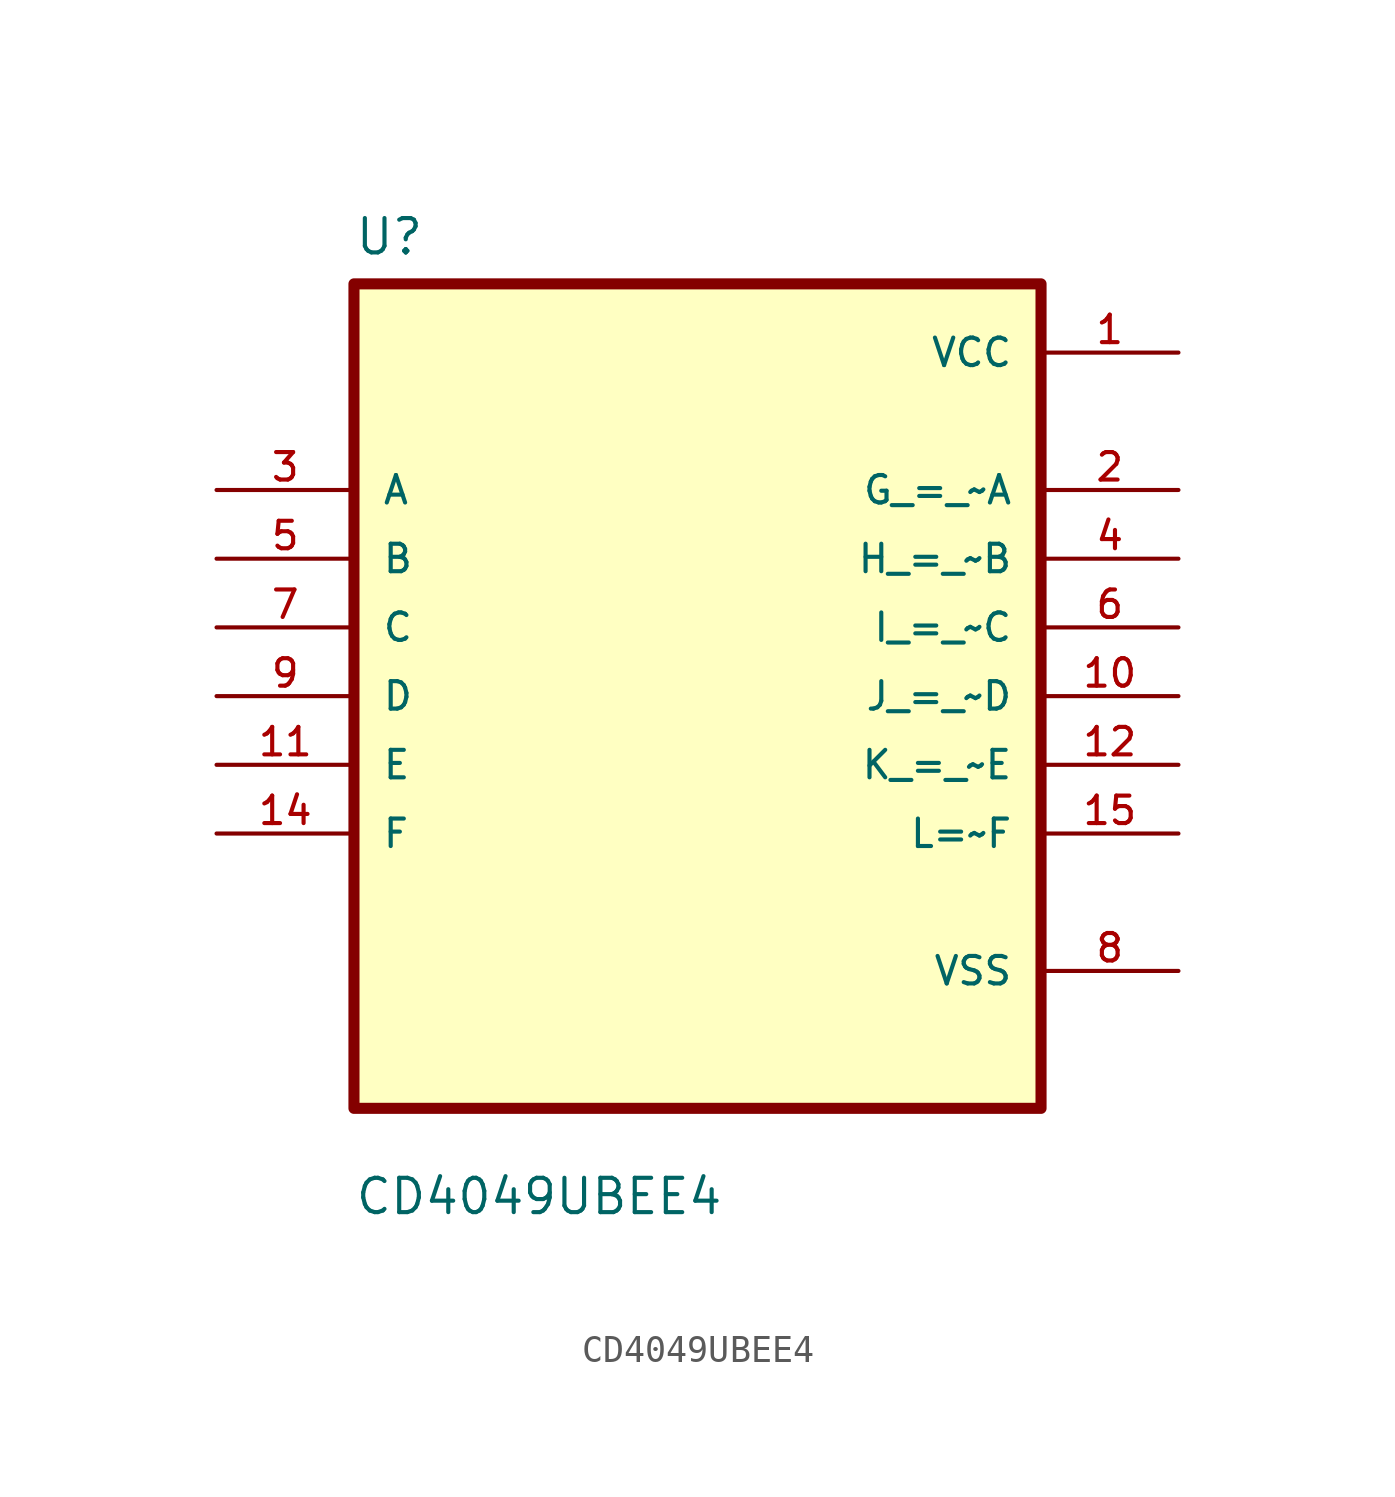
<source format=kicad_sym>
(kicad_symbol_lib
  (version 20211014)
  (generator kicad_symbol_editor)
  (symbol "CD4049UBEE4"
    (pin_names
      (offset 1.016))
    (property "Reference" "U"
      (at -12.7 16.24 0.0)
      (effects (font (size 1.27 1.27)) (justify bottom left)))
    (property "Value" "CD4049UBEE4"
      (at -12.7 -19.24 0.0)
      (effects (font (size 1.27 1.27)) (justify bottom left)))
    (symbol "CD4049UBEE4_0_0"
      (rectangle (start -12.7 -15.24) (end 12.7 15.24) (stroke (width 0.41)) (fill (type background)))
      (pin input line (at -17.78 7.62 0) (length 5.08) (name "A" (effects (font (size 1.016 1.016)))) (number "3" (effects (font (size 1.016 1.016)))))
      (pin input line (at -17.78 5.08 0) (length 5.08) (name "B" (effects (font (size 1.016 1.016)))) (number "5" (effects (font (size 1.016 1.016)))))
      (pin input line (at -17.78 2.54 0) (length 5.08) (name "C" (effects (font (size 1.016 1.016)))) (number "7" (effects (font (size 1.016 1.016)))))
      (pin input line (at -17.78 0.0 0) (length 5.08) (name "D" (effects (font (size 1.016 1.016)))) (number "9" (effects (font (size 1.016 1.016)))))
      (pin input line (at -17.78 -2.54 0) (length 5.08) (name "E" (effects (font (size 1.016 1.016)))) (number "11" (effects (font (size 1.016 1.016)))))
      (pin input line (at -17.78 -5.08 0) (length 5.08) (name "F" (effects (font (size 1.016 1.016)))) (number "14" (effects (font (size 1.016 1.016)))))
      (pin power_in line (at 17.78 12.7 180.0) (length 5.08) (name "VCC" (effects (font (size 1.016 1.016)))) (number "1" (effects (font (size 1.016 1.016)))))
      (pin output line (at 17.78 7.62 180.0) (length 5.08) (name "G_=_~A" (effects (font (size 1.016 1.016)))) (number "2" (effects (font (size 1.016 1.016)))))
      (pin output line (at 17.78 5.08 180.0) (length 5.08) (name "H_=_~B" (effects (font (size 1.016 1.016)))) (number "4" (effects (font (size 1.016 1.016)))))
      (pin output line (at 17.78 2.54 180.0) (length 5.08) (name "I_=_~C" (effects (font (size 1.016 1.016)))) (number "6" (effects (font (size 1.016 1.016)))))
      (pin output line (at 17.78 -8.88178e-16 180.0) (length 5.08) (name "J_=_~D" (effects (font (size 1.016 1.016)))) (number "10" (effects (font (size 1.016 1.016)))))
      (pin output line (at 17.78 -2.54 180.0) (length 5.08) (name "K_=_~E" (effects (font (size 1.016 1.016)))) (number "12" (effects (font (size 1.016 1.016)))))
      (pin output line (at 17.78 -5.08 180.0) (length 5.08) (name "L=~F" (effects (font (size 1.016 1.016)))) (number "15" (effects (font (size 1.016 1.016)))))
      (pin power_in line (at 17.78 -10.16 180.0) (length 5.08) (name "VSS" (effects (font (size 1.016 1.016)))) (number "8" (effects (font (size 1.016 1.016))))))))
</source>
